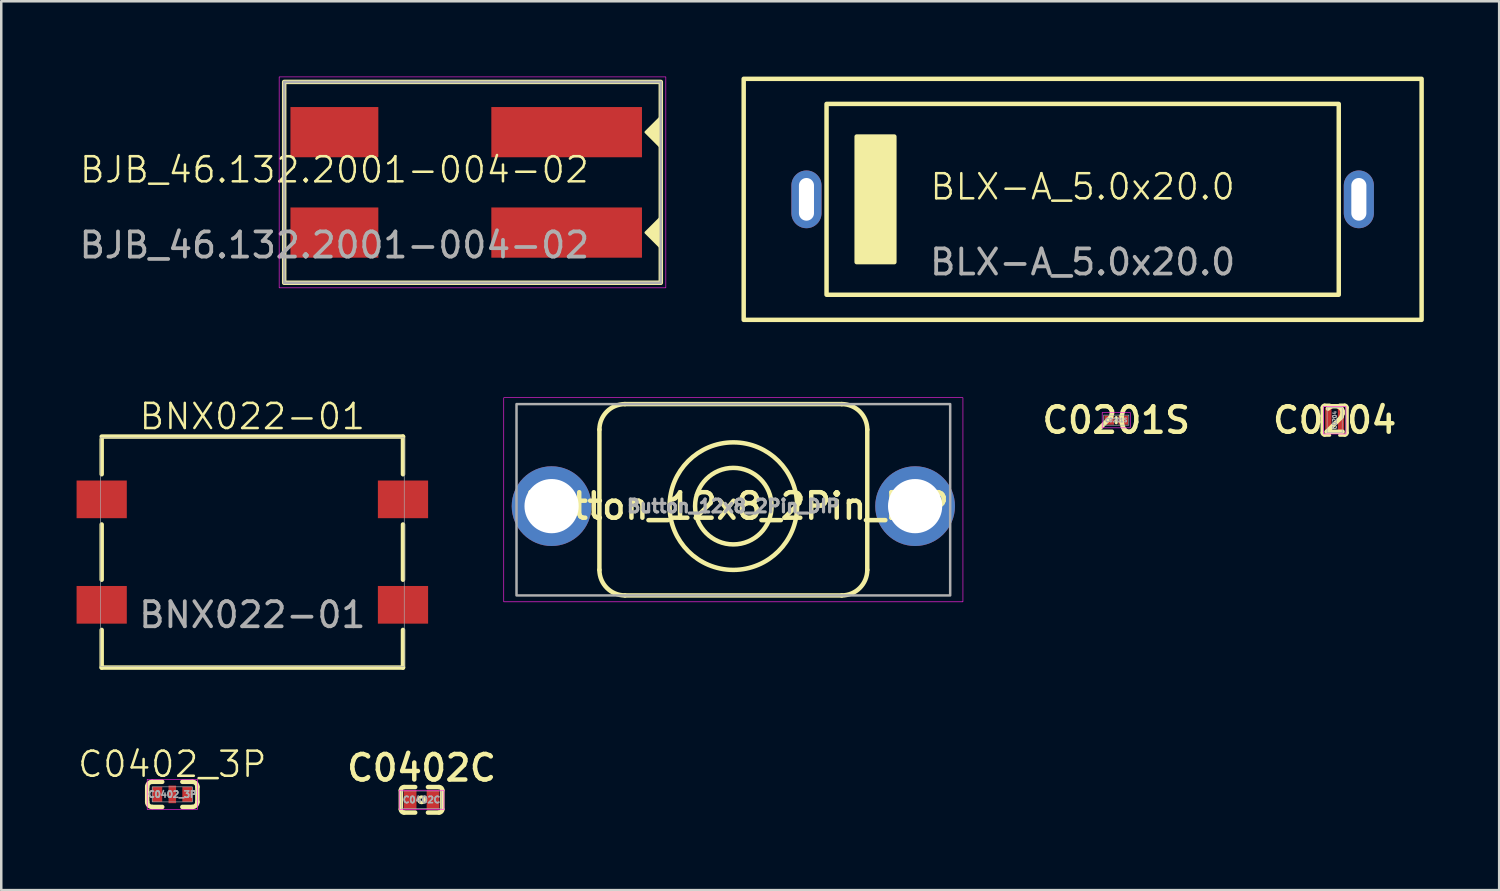
<source format=kicad_pcb>
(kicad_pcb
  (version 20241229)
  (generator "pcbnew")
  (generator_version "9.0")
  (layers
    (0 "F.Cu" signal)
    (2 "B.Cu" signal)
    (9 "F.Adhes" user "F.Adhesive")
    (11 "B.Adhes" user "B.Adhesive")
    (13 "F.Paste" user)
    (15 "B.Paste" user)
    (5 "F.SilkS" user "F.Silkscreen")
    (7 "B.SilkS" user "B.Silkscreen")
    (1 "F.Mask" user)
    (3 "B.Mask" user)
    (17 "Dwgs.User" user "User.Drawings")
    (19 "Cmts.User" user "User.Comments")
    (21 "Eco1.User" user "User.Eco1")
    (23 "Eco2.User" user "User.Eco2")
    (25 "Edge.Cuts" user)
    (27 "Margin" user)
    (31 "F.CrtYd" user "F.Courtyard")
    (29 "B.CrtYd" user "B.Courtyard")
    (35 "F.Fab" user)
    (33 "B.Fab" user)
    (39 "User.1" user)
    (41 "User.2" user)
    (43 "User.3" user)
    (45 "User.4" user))
  (footprint "C0204"
    (layer "F.Cu")
    (at 50.106 13.684)
    (property "Reference" "C0204" (at 0 0 0) (layer "F.SilkS") (effects (font (size 1.016 1.016) (thickness 0.178))))
    (attr smd)
    (fp_line (start -0.5 0.5) (end -0.5 -0.5) (stroke (width 0.127) (type solid)) (layer "F.SilkS"))
    (fp_line (start -0.4 0.6) (end -0.2 0.6) (stroke (width 0.127) (type solid)) (layer "F.SilkS"))
    (fp_line (start -0.2 -0.6) (end -0.4 -0.6) (stroke (width 0.127) (type solid)) (layer "F.SilkS"))
    (fp_line (start 0.2 -0.6) (end 0.4 -0.6) (stroke (width 0.127) (type solid)) (layer "F.SilkS"))
    (fp_line (start 0.2 0.6) (end 0.4 0.6) (stroke (width 0.127) (type solid)) (layer "F.SilkS"))
    (fp_line (start 0.5 -0.5) (end 0.5 0.5) (stroke (width 0.127) (type solid)) (layer "F.SilkS"))
    (fp_arc (start -0.5 -0.5) (mid -0.470711 -0.570711) (end -0.4 -0.6) (stroke (width 0.127) (type solid)) (layer "F.SilkS"))
    (fp_arc (start -0.4 0.6) (mid -0.470711 0.570711) (end -0.5 0.5) (stroke (width 0.127) (type solid)) (layer "F.SilkS"))
    (fp_arc (start 0.4 -0.6) (mid 0.470711 -0.570711) (end 0.5 -0.5) (stroke (width 0.127) (type solid)) (layer "F.SilkS"))
    (fp_arc (start 0.5 0.5) (mid 0.470711 0.570711) (end 0.4 0.6) (stroke (width 0.127) (type solid)) (layer "F.SilkS"))
    (fp_rect (start -0.45 -0.55) (end 0.45 0.55) (stroke (width 0.025) (type solid)) (fill no) (layer "F.CrtYd"))
    (fp_rect (start -0.3 -0.5) (end 0.3 0.5) (stroke (width 0.025) (type solid)) (fill no) (layer "F.Fab"))
    (fp_text user "${REFERENCE}" (at 0 0 90) (layer "F.Fab") (effects (font (size 0.152 0.152) (thickness 0.038))))
    (pad "1" smd rect (at -0.25 0) (size 0.25 1) (layers "F.Cu" "F.Mask" "F.Paste"))
    (pad "2" smd rect (at 0.25 0) (size 0.25 1) (layers "F.Cu" "F.Mask" "F.Paste")))
  (footprint "Button_12x8_2Pin_DIP"
    (layer "F.Cu")
    (at 26.157 17.108)
    (property "Reference" "Button_12x8_2Pin_DIP" (at 0.127 0 0) (layer "F.SilkS") (effects (font (size 1.016 1.016) (thickness 0.178))))
    (attr smd)
    (fp_line (start -5.334 2.54) (end -5.334 -3.048) (stroke (width 0.178) (type solid)) (layer "F.SilkS"))
    (fp_line (start -4.318 -4.064) (end 4.318 -4.064) (stroke (width 0.178) (type solid)) (layer "F.SilkS"))
    (fp_line (start 4.318 3.556) (end -4.318 3.556) (stroke (width 0.178) (type solid)) (layer "F.SilkS"))
    (fp_line (start 5.334 -3.048) (end 5.334 2.54) (stroke (width 0.178) (type solid)) (layer "F.SilkS"))
    (fp_arc (start -5.334001 -3.048001) (mid -5.036421 -3.766421) (end -4.318 -4.064) (stroke (width 0.1778) (type solid)) (layer "F.SilkS"))
    (fp_arc (start -4.318 3.556) (mid -5.03642 3.258421) (end -5.333999 2.540001) (stroke (width 0.1778) (type solid)) (layer "F.SilkS"))
    (fp_arc (start 4.318001 -4.064001) (mid 5.036421 -3.766421) (end 5.334 -3.048) (stroke (width 0.1778) (type solid)) (layer "F.SilkS"))
    (fp_arc (start 5.334 2.54) (mid 5.036421 3.25842) (end 4.318001 3.555999) (stroke (width 0.1778) (type solid)) (layer "F.SilkS"))
    (fp_circle (center 0 0) (end 1.524 0) (stroke (width 0.178) (type solid)) (fill no) (layer "F.SilkS"))
    (fp_circle (center 0 0) (end 2.54 0) (stroke (width 0.178) (type solid)) (fill no) (layer "F.SilkS"))
    (fp_rect (start -9.144 -4.318) (end 9.144 3.81) (stroke (width 0.025) (type solid)) (fill no) (layer "F.CrtYd"))
    (fp_rect (start -8.636 -4.064) (end 8.636 3.556) (stroke (width 0.1) (type solid)) (fill no) (layer "F.Fab"))
    (fp_text user "${REFERENCE}" (at 0 0 0) (layer "F.Fab") (effects (font (size 0.508 0.508) (thickness 0.127))))
    (pad "1" thru_hole circle (at -7.239 0) (size 3.175 3.175) (drill 2.159) (layers "*.Cu" "*.Mask"))
    (pad "2" thru_hole circle (at 7.239 0) (size 3.175 3.175) (drill 2.159) (layers "*.Cu" "*.Mask")))
  (footprint "BLX-A_5.0x20.0"
    (layer "F.Cu")
    (at 40.069 4.889)
    (property "Reference" "BLX-A_5.0x20.0" (at 0 -0.5 0) (unlocked yes) (layer "F.SilkS") (effects (font (size 1 1) (thickness 0.1))))
    (attr through_hole)
    (fp_rect (start -13.5 -4.8) (end 13.5 4.8) (stroke (width 0.178) (type solid)) (fill no) (layer "F.SilkS"))
    (fp_rect (start -10.2 -3.8) (end 10.2 3.8) (stroke (width 0.178) (type solid)) (fill no) (layer "F.SilkS"))
    (fp_rect (start -9 -2.5) (end -7.5 2.5) (stroke (width 0.178) (type solid)) (fill yes) (layer "F.SilkS"))
    (fp_text user "${REFERENCE}" (at 0 2.5 0) (unlocked yes) (layer "F.Fab") (effects (font (size 1 1) (thickness 0.15))))
    (pad "1" thru_hole oval (at -11 0) (size 1.2 2.3) (drill oval 0.6 1.7) (layers "*.Cu" "*.Mask"))
    (pad "2" thru_hole oval (at 11 0) (size 1.2 2.3) (drill oval 0.6 1.7) (layers "*.Cu" "*.Mask")))
  (footprint "C0402C"
    (layer "F.Cu")
    (at 13.74 28.804)
    (property "Reference" "C0402C" (at 0 -1.27 0) (layer "F.SilkS") (effects (font (size 1.016 1.016) (thickness 0.178))))
    (attr smd)
    (fp_line (start -0.826 0.381) (end -0.826 -0.381) (stroke (width 0.178) (type solid)) (layer "F.SilkS"))
    (fp_line (start -0.699 0.508) (end -0.254 0.508) (stroke (width 0.178) (type solid)) (layer "F.SilkS"))
    (fp_line (start -0.254 -0.508) (end -0.699 -0.508) (stroke (width 0.178) (type solid)) (layer "F.SilkS"))
    (fp_line (start 0.254 -0.508) (end 0.699 -0.508) (stroke (width 0.178) (type solid)) (layer "F.SilkS"))
    (fp_line (start 0.254 0.508) (end 0.699 0.508) (stroke (width 0.178) (type solid)) (layer "F.SilkS"))
    (fp_line (start 0.826 -0.381) (end 0.826 0.381) (stroke (width 0.178) (type solid)) (layer "F.SilkS"))
    (fp_arc (start -0.8255 -0.381) (mid -0.788303 -0.470803) (end -0.6985 -0.508) (stroke (width 0.1778) (type solid)) (layer "F.SilkS"))
    (fp_arc (start -0.6985 0.508) (mid -0.788303 0.470803) (end -0.8255 0.381) (stroke (width 0.1778) (type solid)) (layer "F.SilkS"))
    (fp_arc (start 0.6985 -0.508) (mid 0.788303 -0.470803) (end 0.8255 -0.381) (stroke (width 0.1778) (type solid)) (layer "F.SilkS"))
    (fp_arc (start 0.8255 0.381) (mid 0.788303 0.470803) (end 0.6985 0.508) (stroke (width 0.1778) (type solid)) (layer "F.SilkS"))
    (fp_circle (center 0 0) (end 0.051 0) (stroke (width 0.127) (type solid)) (fill no) (layer "F.SilkS"))
    (fp_rect (start -0.889 -0.381) (end 0.889 0.381) (stroke (width 0.025) (type solid)) (fill no) (layer "F.CrtYd"))
    (fp_rect (start -0.8 -0.35) (end 0.8 0.35) (stroke (width 0.025) (type solid)) (fill no) (layer "F.Fab"))
    (fp_text user "${REFERENCE}" (at 0 0 0) (layer "F.Fab") (effects (font (size 0.254 0.254) (thickness 0.064))))
    (pad "1" smd rect (at -0.457 0) (size 0.508 0.762) (layers "F.Cu" "F.Mask" "F.Paste"))
    (pad "2" smd rect (at 0.457 0) (size 0.508 0.762) (layers "F.Cu" "F.Mask" "F.Paste")))
  (footprint "BJB_46.132.2001-004-02"
    (layer "F.Cu")
    (at 10.268 4.213)
    (property "Reference" "BJB_46.132.2001-004-02" (at 0 -0.5 0) (unlocked yes) (layer "F.SilkS") (effects (font (size 1 1) (thickness 0.1))))
    (attr smd)
    (fp_rect (start -2 -4) (end 13 4) (stroke (width 0.178) (type default)) (fill no) (layer "F.SilkS"))
    (fp_poly (pts (xy 13 -2.6) (xy 12.4 -2) (xy 13 -1.4)) (stroke (width 0.1) (type solid)) (fill yes) (layer "F.SilkS"))
    (fp_poly (pts (xy 13 1.4) (xy 12.4 2) (xy 13 2.6)) (stroke (width 0.1) (type solid)) (fill yes) (layer "F.SilkS"))
    (fp_rect (start -2.2 -4.2) (end 13.2 4.2) (stroke (width 0.025) (type default)) (fill no) (layer "F.CrtYd"))
    (fp_rect (start -2 -4) (end 13 4) (stroke (width 0.1) (type default)) (fill no) (layer "F.Fab"))
    (fp_text user "${REFERENCE}" (at 0 2.5 0) (unlocked yes) (layer "F.Fab") (effects (font (size 1 1) (thickness 0.15))))
    (pad "1" smd rect (at 0 -2) (size 3.5 2) (layers "F.Cu" "F.Mask" "F.Paste"))
    (pad "1" smd rect (at 9.25 -2) (size 6 2) (layers "F.Cu" "F.Mask" "F.Paste"))
    (pad "2" smd rect (at 0 2) (size 3.5 2) (layers "F.Cu" "F.Mask" "F.Paste"))
    (pad "2" smd rect (at 9.25 2) (size 6 2) (layers "F.Cu" "F.Mask" "F.Paste")))
  (footprint "C0201S"
    (layer "F.Cu")
    (at 41.406 13.684)
    (property "Reference" "C0201S" (at 0 0 0) (layer "F.SilkS") (effects (font (size 1.016 1.016) (thickness 0.178))))
    (attr smd)
    (fp_line (start 0 -0.1) (end 0 0.1) (stroke (width 0.127) (type solid)) (layer "F.SilkS"))
    (fp_rect (start -0.559 -0.305) (end 0.559 0.305) (stroke (width 0.025) (type solid)) (fill no) (layer "F.CrtYd"))
    (fp_rect (start -0.5 -0.2) (end 0.5 0.2) (stroke (width 0.025) (type solid)) (fill no) (layer "F.Fab"))
    (fp_text user "${REFERENCE}" (at 0 0 0) (layer "F.Fab") (effects (font (size 0.152 0.152) (thickness 0.038))))
    (pad "1" smd rect (at -0.279 0) (size 0.381 0.356) (layers "F.Cu" "F.Mask" "F.Paste"))
    (pad "2" smd rect (at 0.279 0) (size 0.381 0.356) (layers "F.Cu" "F.Mask" "F.Paste")))
  (footprint "BNX022-01"
    (layer "F.Cu")
    (at 7 18.938)
    (property "Reference" "BNX022-01" (at 0 -5.4 0) (unlocked yes) (layer "F.SilkS") (effects (font (size 1 1) (thickness 0.1))))
    (attr smd)
    (fp_line (start -6 -4.6) (end 6 -4.6) (stroke (width 0.178) (type default)) (layer "F.SilkS"))
    (fp_line (start -6 -3.1) (end -6 -4.5) (stroke (width 0.178) (type default)) (layer "F.SilkS"))
    (fp_line (start -6 1.1) (end -6 -1.1) (stroke (width 0.178) (type default)) (layer "F.SilkS"))
    (fp_line (start -6 4.6) (end -6 3.1) (stroke (width 0.178) (type default)) (layer "F.SilkS"))
    (fp_line (start 6 -4.6) (end 6 -3.1) (stroke (width 0.178) (type default)) (layer "F.SilkS"))
    (fp_line (start 6 -1.1) (end 6 1.1) (stroke (width 0.178) (type default)) (layer "F.SilkS"))
    (fp_line (start 6 3.1) (end 6 4.6) (stroke (width 0.178) (type default)) (layer "F.SilkS"))
    (fp_line (start 6 4.6) (end -6 4.6) (stroke (width 0.178) (type default)) (layer "F.SilkS"))
    (fp_rect (start -6.05 -4.55) (end 6.05 4.55) (stroke (width 0.025) (type default)) (fill no) (layer "F.Fab"))
    (fp_text user "${REFERENCE}" (at 0 2.5 0) (unlocked yes) (layer "F.Fab") (effects (font (size 1 1) (thickness 0.15))))
    (pad "1" smd rect (at -6 -2.1) (size 2 1.5) (layers "F.Cu" "F.Mask" "F.Paste"))
    (pad "2" smd rect (at 6 -2.1) (size 2 1.5) (layers "F.Cu" "F.Mask" "F.Paste"))
    (pad "3" smd rect (at -6 2.1) (size 2 1.5) (layers "F.Cu" "F.Mask" "F.Paste"))
    (pad "4" smd rect (at 6 2.1) (size 2 1.5) (layers "F.Cu" "F.Mask" "F.Paste")))
  (footprint "C0402_3P"
    (layer "F.Cu")
    (at 3.812 28.588)
    (property "Reference" "C0402_3P" (at 0 -1.2 0) (unlocked yes) (layer "F.SilkS") (effects (font (size 1 1) (thickness 0.1))))
    (attr smd)
    (fp_line (start -1 -0.3) (end -1 0.3) (stroke (width 0.178) (type solid)) (layer "F.SilkS"))
    (fp_line (start -0.8 0.5) (end -0.4 0.5) (stroke (width 0.178) (type solid)) (layer "F.SilkS"))
    (fp_line (start -0.4 -0.5) (end -0.8 -0.5) (stroke (width 0.178) (type solid)) (layer "F.SilkS"))
    (fp_line (start 0.8 -0.5) (end 0.4 -0.5) (stroke (width 0.178) (type solid)) (layer "F.SilkS"))
    (fp_line (start 0.8 0.5) (end 0.4 0.5) (stroke (width 0.178) (type solid)) (layer "F.SilkS"))
    (fp_line (start 1 -0.3) (end 1 0.3) (stroke (width 0.178) (type solid)) (layer "F.SilkS"))
    (fp_arc (start -1 -0.3) (mid -0.941421 -0.441421) (end -0.8 -0.5) (stroke (width 0.1778) (type solid)) (layer "F.SilkS"))
    (fp_arc (start -0.8 0.5) (mid -0.941421 0.441421) (end -1 0.3) (stroke (width 0.1778) (type solid)) (layer "F.SilkS"))
    (fp_arc (start 0.8 -0.5) (mid 0.941421 -0.441421) (end 1 -0.3) (stroke (width 0.1778) (type solid)) (layer "F.SilkS"))
    (fp_arc (start 1 0.3) (mid 0.941421 0.441421) (end 0.8 0.5) (stroke (width 0.1778) (type solid)) (layer "F.SilkS"))
    (fp_rect (start -1 -0.6) (end 1 0.6) (stroke (width 0.025) (type default)) (fill no) (layer "F.CrtYd"))
    (fp_rect (start -0.8 -0.3) (end 0.8 0.3) (stroke (width 0.025) (type solid)) (fill no) (layer "F.Fab"))
    (fp_text user "${REFERENCE}" (at 0 0 0) (unlocked yes) (layer "F.Fab") (effects (font (size 0.254 0.254) (thickness 0.064))))
    (pad "1" smd rect (at -0.6 0) (size 0.4 0.6) (layers "F.Cu" "F.Mask" "F.Paste"))
    (pad "2" smd rect (at 0 0) (size 0.3 0.7) (layers "F.Cu" "F.Mask" "F.Paste"))
    (pad "3" smd rect (at 0.6 0) (size 0.4 0.6) (layers "F.Cu" "F.Mask" "F.Paste")))
  (gr_rect
    (start -3 -3)
    (end 56.658 32.4)
    (stroke (width 0.1) (type default))
    (fill no)
    (layer "Edge.Cuts")))
</source>
